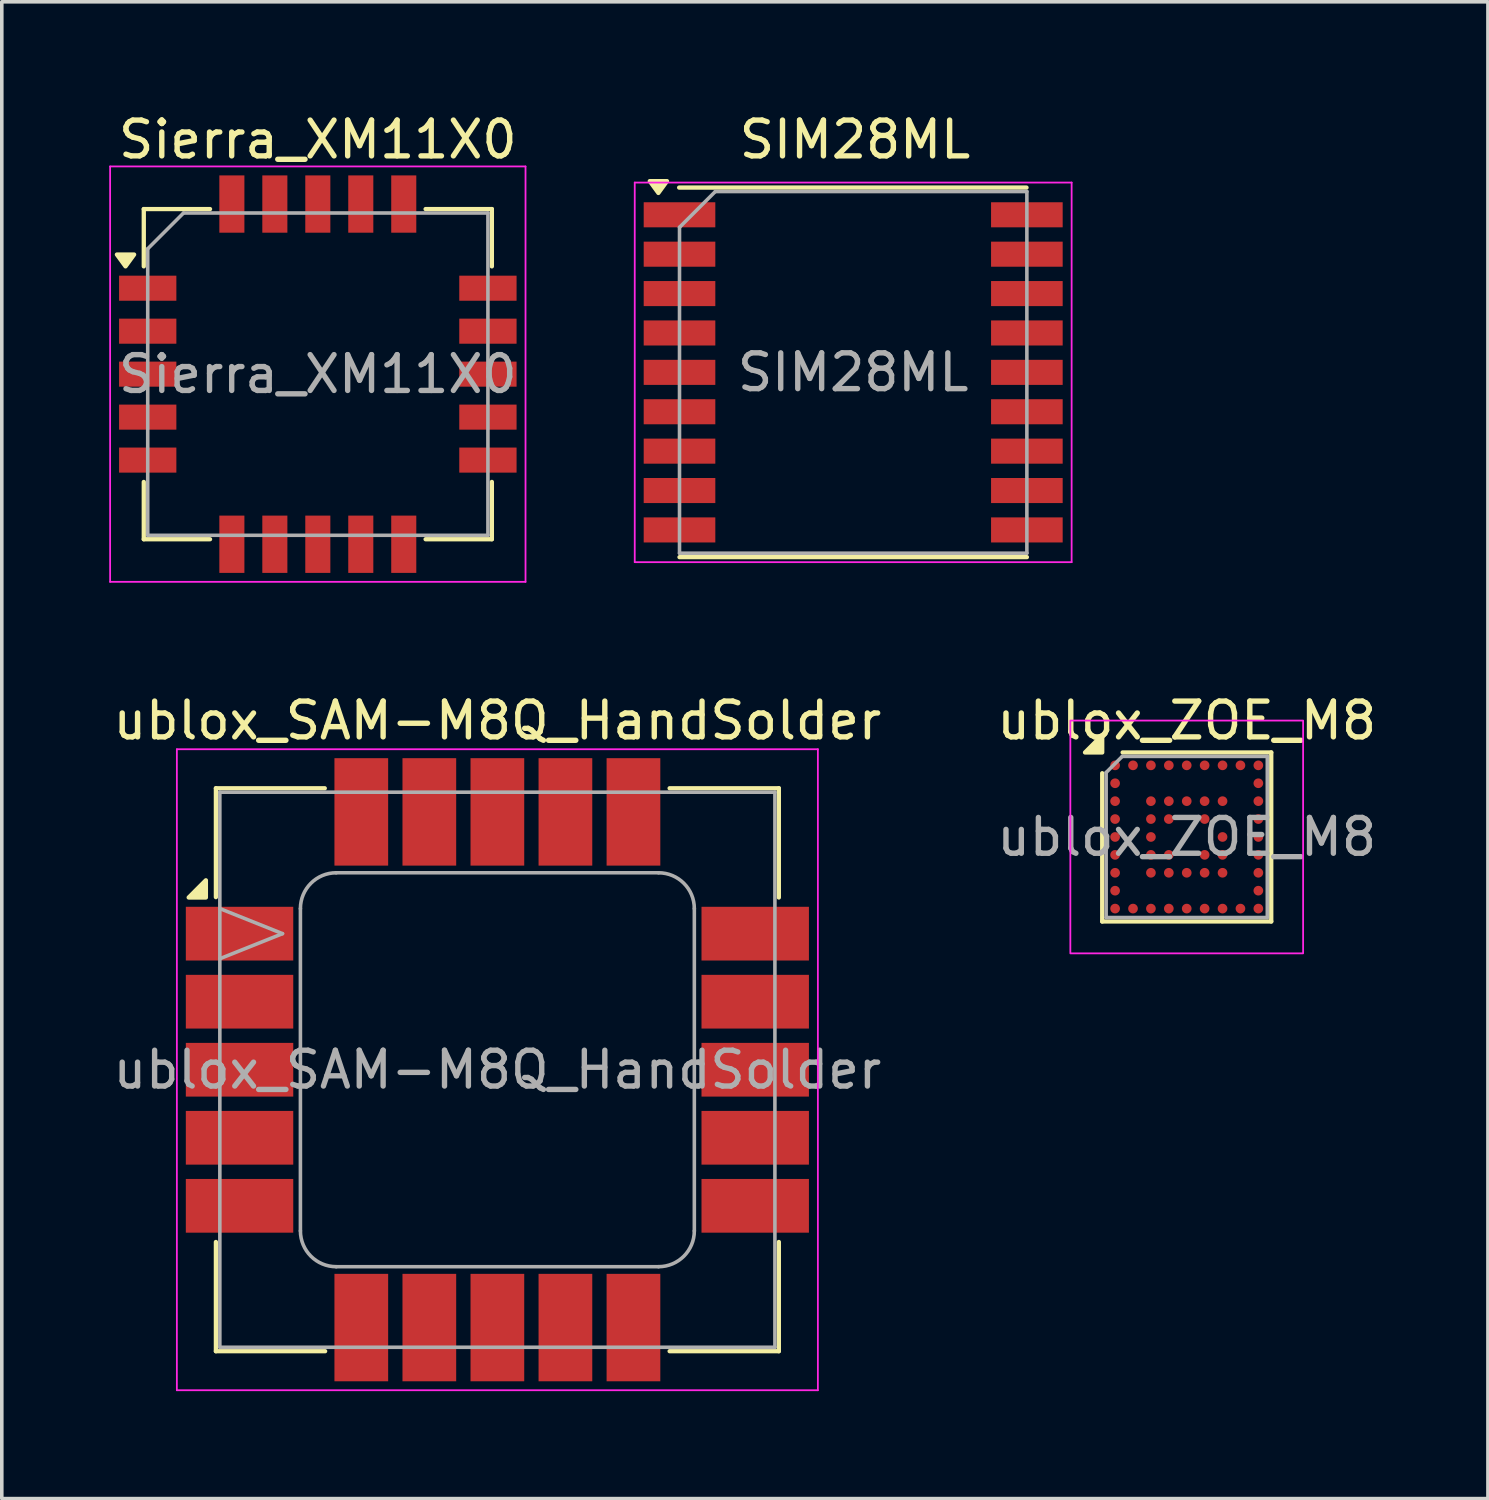
<source format=kicad_pcb>
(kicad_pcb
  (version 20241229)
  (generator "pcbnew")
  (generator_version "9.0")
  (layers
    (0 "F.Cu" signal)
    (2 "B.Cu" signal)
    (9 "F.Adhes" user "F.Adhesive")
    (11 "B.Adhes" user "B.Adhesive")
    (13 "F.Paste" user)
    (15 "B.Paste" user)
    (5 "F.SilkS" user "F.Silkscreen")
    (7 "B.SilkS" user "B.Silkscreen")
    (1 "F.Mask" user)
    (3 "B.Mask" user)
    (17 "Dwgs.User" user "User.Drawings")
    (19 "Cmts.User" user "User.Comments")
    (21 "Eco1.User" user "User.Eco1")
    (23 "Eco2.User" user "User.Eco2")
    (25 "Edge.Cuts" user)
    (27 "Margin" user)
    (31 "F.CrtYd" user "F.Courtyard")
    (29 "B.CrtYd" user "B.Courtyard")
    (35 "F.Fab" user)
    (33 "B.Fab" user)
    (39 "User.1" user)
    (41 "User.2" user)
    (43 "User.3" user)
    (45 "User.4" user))
  (footprint "Sierra_XM11X0"
    (layer "F.Cu")
    (at 5.825 7.398)
    (property "Reference" "Sierra_XM11X0" (at 0 -6.55 0) (layer "F.SilkS") (effects (font (size 1 1) (thickness 0.15))))
    (attr smd)
    (fp_line (start -4.86 -4.61) (end -3.01 -4.61) (stroke (width 0.12) (type solid)) (layer "F.SilkS"))
    (fp_line (start -4.86 -3.01) (end -4.86 -4.61) (stroke (width 0.12) (type solid)) (layer "F.SilkS"))
    (fp_line (start -4.86 3.01) (end -4.86 4.61) (stroke (width 0.12) (type solid)) (layer "F.SilkS"))
    (fp_line (start -4.86 4.61) (end -3.01 4.61) (stroke (width 0.12) (type solid)) (layer "F.SilkS"))
    (fp_line (start 4.86 -4.61) (end 3.01 -4.61) (stroke (width 0.12) (type solid)) (layer "F.SilkS"))
    (fp_line (start 4.86 -3.01) (end 4.86 -4.61) (stroke (width 0.12) (type solid)) (layer "F.SilkS"))
    (fp_line (start 4.86 3.01) (end 4.86 4.61) (stroke (width 0.12) (type solid)) (layer "F.SilkS"))
    (fp_line (start 4.86 4.61) (end 3.01 4.61) (stroke (width 0.12) (type solid)) (layer "F.SilkS"))
    (fp_poly (pts (xy -5.37 -3.01) (xy -5.61 -3.34) (xy -5.13 -3.34) (xy -5.37 -3.01)) (stroke (width 0.12) (type solid)) (fill yes) (layer "F.SilkS"))
    (fp_line (start -5.8 -5.8) (end -5.8 5.8) (stroke (width 0.05) (type solid)) (layer "F.CrtYd"))
    (fp_line (start -5.8 5.8) (end 5.8 5.8) (stroke (width 0.05) (type solid)) (layer "F.CrtYd"))
    (fp_line (start 5.8 -5.8) (end -5.8 -5.8) (stroke (width 0.05) (type solid)) (layer "F.CrtYd"))
    (fp_line (start 5.8 5.8) (end 5.8 -5.8) (stroke (width 0.05) (type solid)) (layer "F.CrtYd"))
    (fp_line (start -4.75 -3.5) (end -3.75 -4.5) (stroke (width 0.1) (type solid)) (layer "F.Fab"))
    (fp_line (start -4.75 4.5) (end -4.75 -3.5) (stroke (width 0.1) (type solid)) (layer "F.Fab"))
    (fp_line (start -3.75 -4.5) (end 4.75 -4.5) (stroke (width 0.1) (type solid)) (layer "F.Fab"))
    (fp_line (start 4.75 -4.5) (end 4.75 4.5) (stroke (width 0.1) (type solid)) (layer "F.Fab"))
    (fp_line (start 4.75 4.5) (end -4.75 4.5) (stroke (width 0.1) (type solid)) (layer "F.Fab"))
    (fp_text user "${REFERENCE}" (at 0 0 0) (layer "F.Fab") (effects (font (size 1 1) (thickness 0.15))))
    (pad "1" smd rect (at -4.75 -2.4) (size 1.6 0.7) (layers "F.Cu" "F.Mask" "F.Paste"))
    (pad "2" smd rect (at -4.75 -1.2) (size 1.6 0.7) (layers "F.Cu" "F.Mask" "F.Paste"))
    (pad "3" smd rect (at -4.75 0) (size 1.6 0.7) (layers "F.Cu" "F.Mask" "F.Paste"))
    (pad "4" smd rect (at -4.75 1.2) (size 1.6 0.7) (layers "F.Cu" "F.Mask" "F.Paste"))
    (pad "5" smd rect (at -4.75 2.4) (size 1.6 0.7) (layers "F.Cu" "F.Mask" "F.Paste"))
    (pad "6" smd rect (at -2.4 4.75) (size 0.7 1.6) (layers "F.Cu" "F.Mask" "F.Paste"))
    (pad "7" smd rect (at -1.2 4.75) (size 0.7 1.6) (layers "F.Cu" "F.Mask" "F.Paste"))
    (pad "8" smd rect (at 0 4.75) (size 0.7 1.6) (layers "F.Cu" "F.Mask" "F.Paste"))
    (pad "9" smd rect (at 1.2 4.75) (size 0.7 1.6) (layers "F.Cu" "F.Mask" "F.Paste"))
    (pad "10" smd rect (at 2.4 4.75) (size 0.7 1.6) (layers "F.Cu" "F.Mask" "F.Paste"))
    (pad "11" smd rect (at 4.75 2.4) (size 1.6 0.7) (layers "F.Cu" "F.Mask" "F.Paste"))
    (pad "12" smd rect (at 4.75 1.2) (size 1.6 0.7) (layers "F.Cu" "F.Mask" "F.Paste"))
    (pad "13" smd rect (at 4.75 0) (size 1.6 0.7) (layers "F.Cu" "F.Mask" "F.Paste"))
    (pad "14" smd rect (at 4.75 -1.2) (size 1.6 0.7) (layers "F.Cu" "F.Mask" "F.Paste"))
    (pad "15" smd rect (at 4.75 -2.4) (size 1.6 0.7) (layers "F.Cu" "F.Mask" "F.Paste"))
    (pad "16" smd rect (at 2.4 -4.75) (size 0.7 1.6) (layers "F.Cu" "F.Mask" "F.Paste"))
    (pad "17" smd rect (at 1.2 -4.75) (size 0.7 1.6) (layers "F.Cu" "F.Mask" "F.Paste"))
    (pad "18" smd rect (at 0 -4.75) (size 0.7 1.6) (layers "F.Cu" "F.Mask" "F.Paste"))
    (pad "19" smd rect (at -1.2 -4.75) (size 0.7 1.6) (layers "F.Cu" "F.Mask" "F.Paste"))
    (pad "20" smd rect (at -2.4 -4.75) (size 0.7 1.6) (layers "F.Cu" "F.Mask" "F.Paste")))
  (footprint "ublox_SAM-M8Q_HandSolder"
    (layer "F.Cu")
    (at 10.839 26.822)
    (property "Reference" "ublox_SAM-M8Q_HandSolder" (at 0 -9.75 0) (layer "F.SilkS") (effects (font (size 1 1) (thickness 0.15))))
    (attr smd)
    (fp_line (start -7.86 -7.86) (end -7.86 -4.82) (stroke (width 0.12) (type solid)) (layer "F.SilkS"))
    (fp_line (start -7.86 4.81) (end -7.86 7.86) (stroke (width 0.12) (type solid)) (layer "F.SilkS"))
    (fp_line (start -7.86 7.86) (end -4.81 7.86) (stroke (width 0.12) (type solid)) (layer "F.SilkS"))
    (fp_line (start -4.82 -7.86) (end -7.86 -7.86) (stroke (width 0.12) (type solid)) (layer "F.SilkS"))
    (fp_line (start 4.81 -7.86) (end 7.86 -7.86) (stroke (width 0.12) (type solid)) (layer "F.SilkS"))
    (fp_line (start 4.81 7.86) (end 7.86 7.86) (stroke (width 0.12) (type solid)) (layer "F.SilkS"))
    (fp_line (start 7.86 -7.86) (end 7.86 -4.81) (stroke (width 0.12) (type solid)) (layer "F.SilkS"))
    (fp_line (start 7.86 4.81) (end 7.86 7.86) (stroke (width 0.12) (type solid)) (layer "F.SilkS"))
    (fp_poly (pts (xy -8.14 -4.81) (xy -8.14 -5.29) (xy -8.62 -4.81)) (stroke (width 0.12) (type solid)) (fill yes) (layer "F.SilkS"))
    (fp_line (start -8.95 -8.95) (end -8.95 8.95) (stroke (width 0.05) (type solid)) (layer "F.CrtYd"))
    (fp_line (start -8.95 8.95) (end 8.95 8.95) (stroke (width 0.05) (type solid)) (layer "F.CrtYd"))
    (fp_line (start 8.95 -8.95) (end -8.95 -8.95) (stroke (width 0.05) (type solid)) (layer "F.CrtYd"))
    (fp_line (start 8.95 8.95) (end 8.95 -8.95) (stroke (width 0.05) (type solid)) (layer "F.CrtYd"))
    (fp_line (start -7.75 -7.75) (end 7.75 -7.75) (stroke (width 0.1) (type solid)) (layer "F.Fab"))
    (fp_line (start -7.75 7.75) (end -7.75 -7.75) (stroke (width 0.1) (type solid)) (layer "F.Fab"))
    (fp_line (start -6 -3.8) (end -7.75 -4.5) (stroke (width 0.1) (type solid)) (layer "F.Fab"))
    (fp_line (start -6 -3.8) (end -7.75 -3.1) (stroke (width 0.1) (type solid)) (layer "F.Fab"))
    (fp_line (start -5.5 -4.5) (end -5.5 4.5) (stroke (width 0.1) (type solid)) (layer "F.Fab"))
    (fp_line (start -4.5 5.5) (end 4.5 5.5) (stroke (width 0.1) (type solid)) (layer "F.Fab"))
    (fp_line (start 4.5 -5.5) (end -4.5 -5.5) (stroke (width 0.1) (type solid)) (layer "F.Fab"))
    (fp_line (start 5.5 4.5) (end 5.5 -4.5) (stroke (width 0.1) (type solid)) (layer "F.Fab"))
    (fp_line (start 7.75 -7.75) (end 7.75 7.75) (stroke (width 0.1) (type solid)) (layer "F.Fab"))
    (fp_line (start 7.75 7.75) (end -7.75 7.75) (stroke (width 0.1) (type solid)) (layer "F.Fab"))
    (fp_arc (start -5.5 -4.5) (mid -5.207107 -5.207107) (end -4.5 -5.5) (stroke (width 0.1) (type solid)) (layer "F.Fab"))
    (fp_arc (start -4.5 5.5) (mid -5.207107 5.207107) (end -5.5 4.5) (stroke (width 0.1) (type solid)) (layer "F.Fab"))
    (fp_arc (start 4.5 -5.5) (mid 5.207107 -5.207107) (end 5.5 -4.5) (stroke (width 0.1) (type solid)) (layer "F.Fab"))
    (fp_arc (start 5.5 4.5) (mid 5.207107 5.207107) (end 4.5 5.5) (stroke (width 0.1) (type solid)) (layer "F.Fab"))
    (fp_text user "${REFERENCE}" (at 0 0 0) (layer "F.Fab") (effects (font (size 1 1) (thickness 0.15))))
    (pad "1" smd rect (at -7.2 -3.8) (size 3 1.5) (layers "F.Cu" "F.Mask" "F.Paste"))
    (pad "2" smd rect (at -7.2 -1.9) (size 3 1.5) (layers "F.Cu" "F.Mask" "F.Paste"))
    (pad "3" smd rect (at -7.2 0) (size 3 1.5) (layers "F.Cu" "F.Mask" "F.Paste"))
    (pad "4" smd rect (at -7.2 1.9) (size 3 1.5) (layers "F.Cu" "F.Mask" "F.Paste"))
    (pad "5" smd rect (at -7.2 3.8) (size 3 1.5) (layers "F.Cu" "F.Mask" "F.Paste"))
    (pad "6" smd rect (at -3.8 7.2) (size 1.5 3) (layers "F.Cu" "F.Mask" "F.Paste"))
    (pad "7" smd rect (at -1.9 7.2) (size 1.5 3) (layers "F.Cu" "F.Mask" "F.Paste"))
    (pad "8" smd rect (at 0 7.2) (size 1.5 3) (layers "F.Cu" "F.Mask" "F.Paste"))
    (pad "9" smd rect (at 1.9 7.2) (size 1.5 3) (layers "F.Cu" "F.Mask" "F.Paste"))
    (pad "10" smd rect (at 3.8 7.2) (size 1.5 3) (layers "F.Cu" "F.Mask" "F.Paste"))
    (pad "11" smd rect (at 7.2 3.8) (size 3 1.5) (layers "F.Cu" "F.Mask" "F.Paste"))
    (pad "12" smd rect (at 7.2 1.9) (size 3 1.5) (layers "F.Cu" "F.Mask" "F.Paste"))
    (pad "13" smd rect (at 7.2 0) (size 3 1.5) (layers "F.Cu" "F.Mask" "F.Paste"))
    (pad "14" smd rect (at 7.2 -1.9) (size 3 1.5) (layers "F.Cu" "F.Mask" "F.Paste"))
    (pad "15" smd rect (at 7.2 -3.8) (size 3 1.5) (layers "F.Cu" "F.Mask" "F.Paste"))
    (pad "16" smd rect (at 3.8 -7.2) (size 1.5 3) (layers "F.Cu" "F.Mask" "F.Paste"))
    (pad "17" smd rect (at 1.9 -7.2) (size 1.5 3) (layers "F.Cu" "F.Mask" "F.Paste"))
    (pad "18" smd rect (at 0 -7.2) (size 1.5 3) (layers "F.Cu" "F.Mask" "F.Paste"))
    (pad "19" smd rect (at -1.9 -7.2) (size 1.5 3) (layers "F.Cu" "F.Mask" "F.Paste"))
    (pad "20" smd rect (at -3.8 -7.2) (size 1.5 3) (layers "F.Cu" "F.Mask" "F.Paste")))
  (footprint "SIM28ML"
    (layer "F.Cu")
    (at 20.775 7.348)
    (property "Reference" "SIM28ML" (at 0.05 -6.5 0) (layer "F.SilkS") (effects (font (size 1 1) (thickness 0.15))))
    (attr smd)
    (fp_line (start -4.86 -5.16) (end 4.84 -5.16) (stroke (width 0.12) (type solid)) (layer "F.SilkS"))
    (fp_line (start -4.85 5.16) (end 4.85 5.16) (stroke (width 0.12) (type solid)) (layer "F.SilkS"))
    (fp_poly (pts (xy -5.44 -5.01) (xy -5.68 -5.34) (xy -5.2 -5.34) (xy -5.44 -5.01)) (stroke (width 0.12) (type solid)) (fill yes) (layer "F.SilkS"))
    (fp_line (start -6.1 -5.3) (end 6.1 -5.3) (stroke (width 0.05) (type solid)) (layer "F.CrtYd"))
    (fp_line (start -6.1 5.3) (end -6.1 -5.3) (stroke (width 0.05) (type solid)) (layer "F.CrtYd"))
    (fp_line (start 6.1 -5.3) (end 6.1 5.3) (stroke (width 0.05) (type solid)) (layer "F.CrtYd"))
    (fp_line (start 6.1 5.3) (end -6.1 5.3) (stroke (width 0.05) (type solid)) (layer "F.CrtYd"))
    (fp_line (start -4.85 5.05) (end -4.85 -4.05) (stroke (width 0.1) (type solid)) (layer "F.Fab"))
    (fp_line (start -3.85 -5.05) (end -4.85 -4.05) (stroke (width 0.1) (type solid)) (layer "F.Fab"))
    (fp_line (start -3.85 -5.05) (end 4.85 -5.05) (stroke (width 0.1) (type solid)) (layer "F.Fab"))
    (fp_line (start 4.85 -5.05) (end 4.85 5.05) (stroke (width 0.1) (type solid)) (layer "F.Fab"))
    (fp_line (start 4.85 5.05) (end -4.85 5.05) (stroke (width 0.1) (type solid)) (layer "F.Fab"))
    (fp_text user "${REFERENCE}" (at 0 0 0) (layer "F.Fab") (effects (font (size 1 1) (thickness 0.15))))
    (pad "1" smd rect (at -4.85 -4.4) (size 2 0.7) (layers "F.Cu" "F.Mask" "F.Paste"))
    (pad "2" smd rect (at -4.85 -3.3) (size 2 0.7) (layers "F.Cu" "F.Mask" "F.Paste"))
    (pad "3" smd rect (at -4.85 -2.2) (size 2 0.7) (layers "F.Cu" "F.Mask" "F.Paste"))
    (pad "4" smd rect (at -4.85 -1.1) (size 2 0.7) (layers "F.Cu" "F.Mask" "F.Paste"))
    (pad "5" smd rect (at -4.85 0) (size 2 0.7) (layers "F.Cu" "F.Mask" "F.Paste"))
    (pad "6" smd rect (at -4.85 1.1) (size 2 0.7) (layers "F.Cu" "F.Mask" "F.Paste"))
    (pad "7" smd rect (at -4.85 2.2) (size 2 0.7) (layers "F.Cu" "F.Mask" "F.Paste"))
    (pad "8" smd rect (at -4.85 3.3) (size 2 0.7) (layers "F.Cu" "F.Mask" "F.Paste"))
    (pad "9" smd rect (at -4.85 4.4) (size 2 0.7) (layers "F.Cu" "F.Mask" "F.Paste"))
    (pad "10" smd rect (at 4.85 4.4) (size 2 0.7) (layers "F.Cu" "F.Mask" "F.Paste"))
    (pad "11" smd rect (at 4.85 3.3) (size 2 0.7) (layers "F.Cu" "F.Mask" "F.Paste"))
    (pad "12" smd rect (at 4.85 2.2) (size 2 0.7) (layers "F.Cu" "F.Mask" "F.Paste"))
    (pad "13" smd rect (at 4.85 1.1) (size 2 0.7) (layers "F.Cu" "F.Mask" "F.Paste"))
    (pad "14" smd rect (at 4.85 0) (size 2 0.7) (layers "F.Cu" "F.Mask" "F.Paste"))
    (pad "15" smd rect (at 4.85 -1.1) (size 2 0.7) (layers "F.Cu" "F.Mask" "F.Paste"))
    (pad "16" smd rect (at 4.85 -2.2) (size 2 0.7) (layers "F.Cu" "F.Mask" "F.Paste"))
    (pad "17" smd rect (at 4.85 -3.3) (size 2 0.7) (layers "F.Cu" "F.Mask" "F.Paste"))
    (pad "18" smd rect (at 4.85 -4.4) (size 2 0.7) (layers "F.Cu" "F.Mask" "F.Paste")))
  (footprint "ublox_ZOE_M8"
    (layer "F.Cu")
    (at 30.089 20.322)
    (property "Reference" "ublox_ZOE_M8" (at 0 -3.25 0) (layer "F.SilkS") (effects (font (size 1 1) (thickness 0.15))))
    (attr smd)
    (fp_line (start -2.36 2.36) (end -2.36 -1.78) (stroke (width 0.12) (type default)) (layer "F.SilkS"))
    (fp_line (start -1.79 -2.36) (end 2.36 -2.36) (stroke (width 0.12) (type default)) (layer "F.SilkS"))
    (fp_line (start 2.36 -2.36) (end 2.36 2.36) (stroke (width 0.12) (type default)) (layer "F.SilkS"))
    (fp_line (start 2.36 2.36) (end -2.36 2.36) (stroke (width 0.12) (type default)) (layer "F.SilkS"))
    (fp_poly (pts (xy -2.36 -2.36) (xy -2.36 -2.84) (xy -2.84 -2.36)) (stroke (width 0.12) (type solid)) (fill yes) (layer "F.SilkS"))
    (fp_rect (start -3.25 -3.25) (end 3.25 3.25) (stroke (width 0.05) (type default)) (fill no) (layer "F.CrtYd"))
    (fp_line (start -2.25 -1.8) (end -1.8 -2.25) (stroke (width 0.1) (type default)) (layer "F.Fab"))
    (fp_line (start -2.25 2.25) (end -2.25 -1.8) (stroke (width 0.1) (type default)) (layer "F.Fab"))
    (fp_line (start -1.8 -2.25) (end 2.25 -2.25) (stroke (width 0.1) (type default)) (layer "F.Fab"))
    (fp_line (start 2.25 -2.25) (end 2.25 2.25) (stroke (width 0.1) (type default)) (layer "F.Fab"))
    (fp_line (start 2.25 2.25) (end -2.25 2.25) (stroke (width 0.1) (type default)) (layer "F.Fab"))
    (fp_text user "${REFERENCE}" (at 0 0 0) (layer "F.Fab") (effects (font (size 1 1) (thickness 0.15))))
    (pad "A1" smd circle (at -2 -2) (size 0.27 0.27) (layers "F.Cu" "F.Mask" "F.Paste"))
    (pad "A2" smd circle (at -1.5 -2) (size 0.27 0.27) (layers "F.Cu" "F.Mask" "F.Paste"))
    (pad "A3" smd circle (at -1 -2) (size 0.27 0.27) (layers "F.Cu" "F.Mask" "F.Paste"))
    (pad "A4" smd circle (at -0.5 -2) (size 0.27 0.27) (layers "F.Cu" "F.Mask" "F.Paste"))
    (pad "A5" smd circle (at 0 -2) (size 0.27 0.27) (layers "F.Cu" "F.Mask" "F.Paste"))
    (pad "A6" smd circle (at 0.5 -2) (size 0.27 0.27) (layers "F.Cu" "F.Mask" "F.Paste"))
    (pad "A7" smd circle (at 1 -2) (size 0.27 0.27) (layers "F.Cu" "F.Mask" "F.Paste"))
    (pad "A8" smd circle (at 1.5 -2) (size 0.27 0.27) (layers "F.Cu" "F.Mask" "F.Paste"))
    (pad "A9" smd circle (at 2 -2) (size 0.27 0.27) (layers "F.Cu" "F.Mask" "F.Paste"))
    (pad "B1" smd circle (at -2 -1.5) (size 0.27 0.27) (layers "F.Cu" "F.Mask" "F.Paste"))
    (pad "B9" smd circle (at 2 -1.5) (size 0.27 0.27) (layers "F.Cu" "F.Mask" "F.Paste"))
    (pad "C1" smd circle (at -2 -1) (size 0.27 0.27) (layers "F.Cu" "F.Mask" "F.Paste"))
    (pad "C3" smd circle (at -1 -1) (size 0.27 0.27) (layers "F.Cu" "F.Mask" "F.Paste"))
    (pad "C4" smd circle (at -0.5 -1) (size 0.27 0.27) (layers "F.Cu" "F.Mask" "F.Paste"))
    (pad "C5" smd circle (at 0 -1) (size 0.27 0.27) (layers "F.Cu" "F.Mask" "F.Paste"))
    (pad "C6" smd circle (at 0.5 -1) (size 0.27 0.27) (layers "F.Cu" "F.Mask" "F.Paste"))
    (pad "C7" smd circle (at 1 -1) (size 0.27 0.27) (layers "F.Cu" "F.Mask" "F.Paste"))
    (pad "C9" smd circle (at 2 -1) (size 0.27 0.27) (layers "F.Cu" "F.Mask" "F.Paste"))
    (pad "D1" smd circle (at -2 -0.5) (size 0.27 0.27) (layers "F.Cu" "F.Mask" "F.Paste"))
    (pad "D3" smd circle (at -1 -0.5) (size 0.27 0.27) (layers "F.Cu" "F.Mask" "F.Paste"))
    (pad "D4" smd circle (at -0.5 -0.5) (size 0.27 0.27) (layers "F.Cu" "F.Mask" "F.Paste"))
    (pad "D6" smd circle (at 0.5 -0.5) (size 0.27 0.27) (layers "F.Cu" "F.Mask" "F.Paste"))
    (pad "D9" smd circle (at 2 -0.5) (size 0.27 0.27) (layers "F.Cu" "F.Mask" "F.Paste"))
    (pad "E1" smd circle (at -2 0) (size 0.27 0.27) (layers "F.Cu" "F.Mask" "F.Paste"))
    (pad "E3" smd circle (at -1 0) (size 0.27 0.27) (layers "F.Cu" "F.Mask" "F.Paste"))
    (pad "E7" smd circle (at 1 0) (size 0.27 0.27) (layers "F.Cu" "F.Mask" "F.Paste"))
    (pad "E9" smd circle (at 2 0) (size 0.27 0.27) (layers "F.Cu" "F.Mask" "F.Paste"))
    (pad "F1" smd circle (at -2 0.5) (size 0.27 0.27) (layers "F.Cu" "F.Mask" "F.Paste"))
    (pad "F3" smd circle (at -1 0.5) (size 0.27 0.27) (layers "F.Cu" "F.Mask" "F.Paste"))
    (pad "F4" smd circle (at -0.5 0.5) (size 0.27 0.27) (layers "F.Cu" "F.Mask" "F.Paste"))
    (pad "F6" smd circle (at 0.5 0.5) (size 0.27 0.27) (layers "F.Cu" "F.Mask" "F.Paste"))
    (pad "F7" smd circle (at 1 0.5) (size 0.27 0.27) (layers "F.Cu" "F.Mask" "F.Paste"))
    (pad "F9" smd circle (at 2 0.5) (size 0.27 0.27) (layers "F.Cu" "F.Mask" "F.Paste"))
    (pad "G1" smd circle (at -2 1) (size 0.27 0.27) (layers "F.Cu" "F.Mask" "F.Paste"))
    (pad "G3" smd circle (at -1 1) (size 0.27 0.27) (layers "F.Cu" "F.Mask" "F.Paste"))
    (pad "G4" smd circle (at -0.5 1) (size 0.27 0.27) (layers "F.Cu" "F.Mask" "F.Paste"))
    (pad "G5" smd circle (at 0 1) (size 0.27 0.27) (layers "F.Cu" "F.Mask" "F.Paste"))
    (pad "G6" smd circle (at 0.5 1) (size 0.27 0.27) (layers "F.Cu" "F.Mask" "F.Paste"))
    (pad "G7" smd circle (at 1 1) (size 0.27 0.27) (layers "F.Cu" "F.Mask" "F.Paste"))
    (pad "G9" smd circle (at 2 1) (size 0.27 0.27) (layers "F.Cu" "F.Mask" "F.Paste"))
    (pad "H1" smd circle (at -2 1.5) (size 0.27 0.27) (layers "F.Cu" "F.Mask" "F.Paste"))
    (pad "H9" smd circle (at 2 1.5) (size 0.27 0.27) (layers "F.Cu" "F.Mask" "F.Paste"))
    (pad "J1" smd circle (at -2 2) (size 0.27 0.27) (layers "F.Cu" "F.Mask" "F.Paste"))
    (pad "J2" smd circle (at -1.5 2) (size 0.27 0.27) (layers "F.Cu" "F.Mask" "F.Paste"))
    (pad "J3" smd circle (at -1 2) (size 0.27 0.27) (layers "F.Cu" "F.Mask" "F.Paste"))
    (pad "J4" smd circle (at -0.5 2) (size 0.27 0.27) (layers "F.Cu" "F.Mask" "F.Paste"))
    (pad "J5" smd circle (at 0 2) (size 0.27 0.27) (layers "F.Cu" "F.Mask" "F.Paste"))
    (pad "J6" smd circle (at 0.5 2) (size 0.27 0.27) (layers "F.Cu" "F.Mask" "F.Paste"))
    (pad "J7" smd circle (at 1 2) (size 0.27 0.27) (layers "F.Cu" "F.Mask" "F.Paste"))
    (pad "J8" smd circle (at 1.5 2) (size 0.27 0.27) (layers "F.Cu" "F.Mask" "F.Paste"))
    (pad "J9" smd circle (at 2 2) (size 0.27 0.27) (layers "F.Cu" "F.Mask" "F.Paste")))
  (gr_rect
    (start -3 -3)
    (end 38.5 38.797)
    (stroke (width 0.1) (type default))
    (fill no)
    (layer "Edge.Cuts")))
</source>
